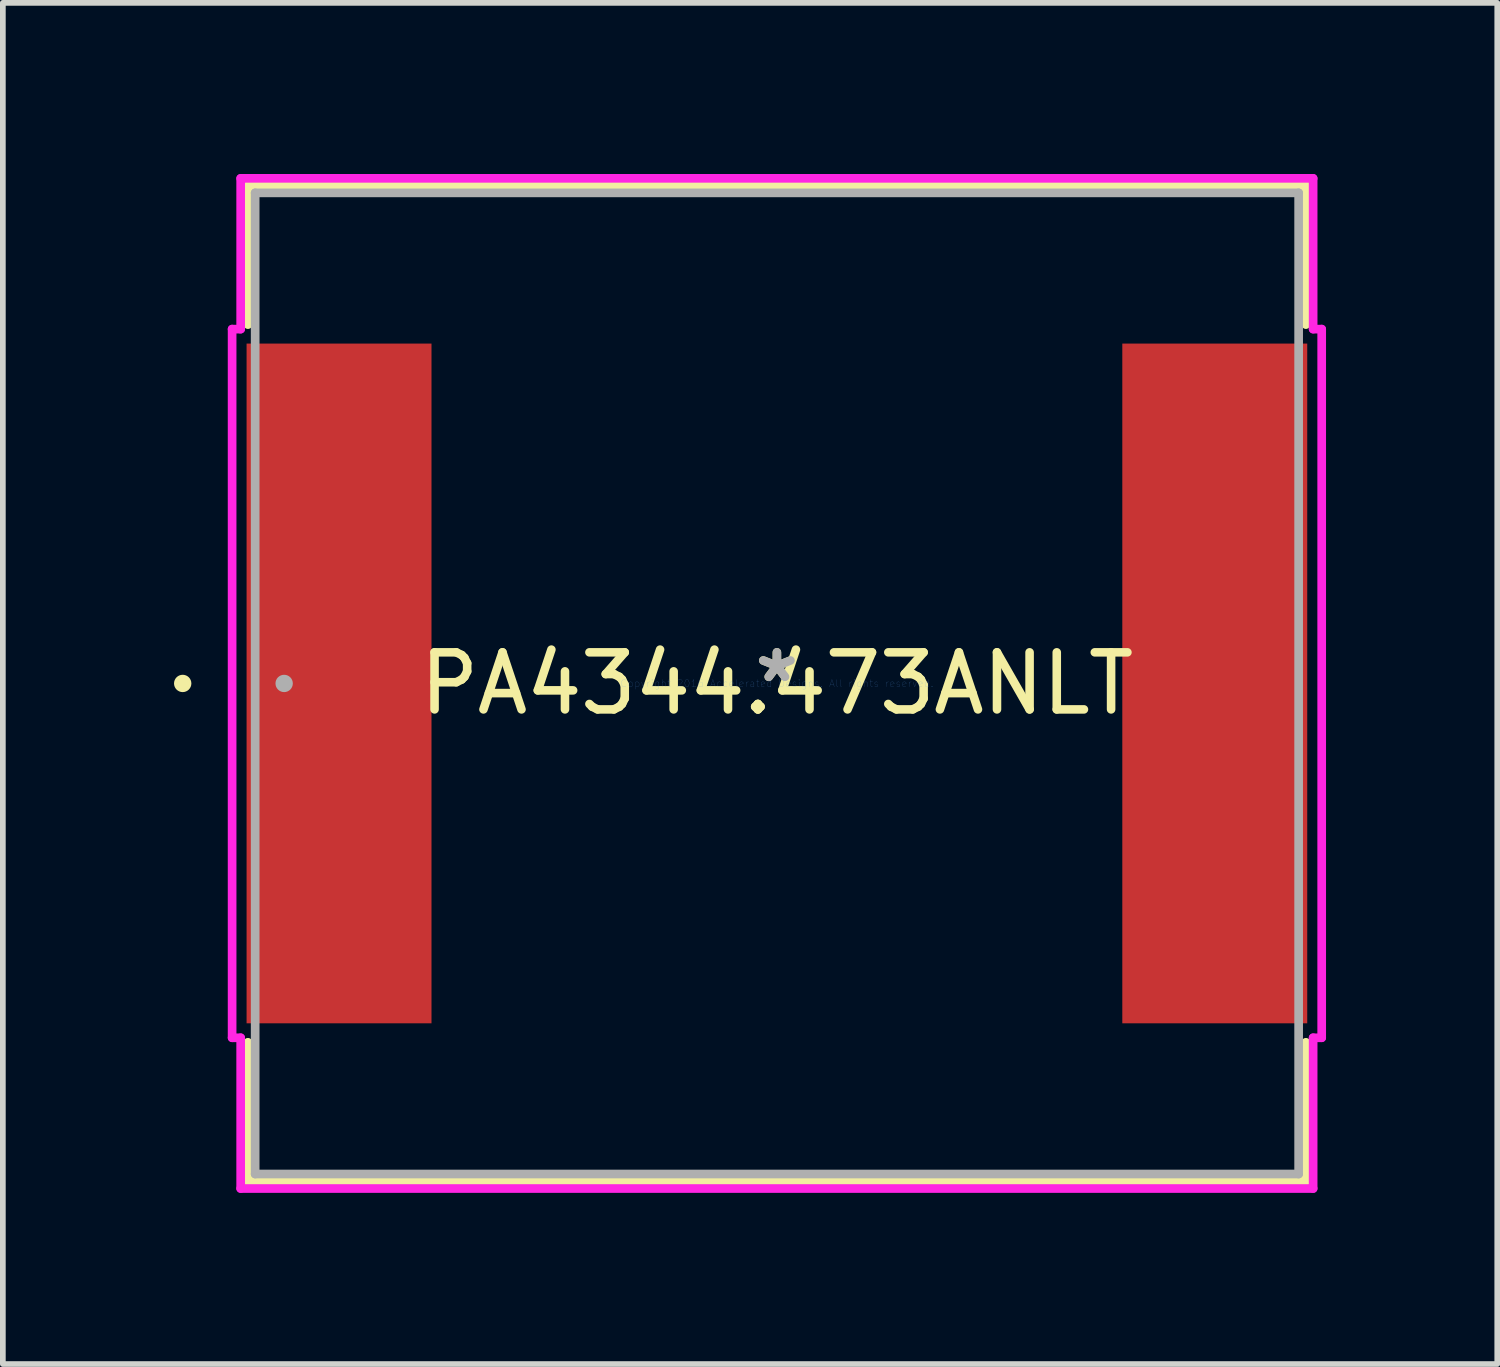
<source format=kicad_pcb>
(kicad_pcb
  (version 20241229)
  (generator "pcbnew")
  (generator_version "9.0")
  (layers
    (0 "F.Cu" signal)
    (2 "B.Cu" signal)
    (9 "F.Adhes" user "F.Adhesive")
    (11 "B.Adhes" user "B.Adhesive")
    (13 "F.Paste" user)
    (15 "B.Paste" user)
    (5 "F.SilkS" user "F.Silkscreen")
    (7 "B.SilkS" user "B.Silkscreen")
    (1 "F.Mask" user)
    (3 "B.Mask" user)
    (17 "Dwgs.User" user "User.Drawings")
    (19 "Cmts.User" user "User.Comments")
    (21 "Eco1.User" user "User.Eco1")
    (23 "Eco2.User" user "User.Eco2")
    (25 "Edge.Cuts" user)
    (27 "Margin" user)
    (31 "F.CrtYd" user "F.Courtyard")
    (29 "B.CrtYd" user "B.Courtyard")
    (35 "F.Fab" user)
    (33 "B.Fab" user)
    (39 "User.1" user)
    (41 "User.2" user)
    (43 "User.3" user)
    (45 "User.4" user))
  (footprint "PA4344.473ANLT"
    (layer "F.Cu")
    (at 10.566 8.928)
    (property "Reference" "PA4344.473ANLT" (at 0 0 0) (layer "F.SilkS") (effects (font (size 1 1) (thickness 0.15))))
    (attr through_hole)
    (fp_line (start -9.271 -8.725) (end -9.271 -6.289) (stroke (width 0.152) (type solid)) (layer "F.SilkS"))
    (fp_line (start -9.271 6.289) (end -9.271 8.725) (stroke (width 0.152) (type solid)) (layer "F.SilkS"))
    (fp_line (start -9.271 8.725) (end 9.271 8.725) (stroke (width 0.152) (type solid)) (layer "F.SilkS"))
    (fp_line (start 9.271 -8.725) (end -9.271 -8.725) (stroke (width 0.152) (type solid)) (layer "F.SilkS"))
    (fp_line (start 9.271 -6.289) (end 9.271 -8.725) (stroke (width 0.152) (type solid)) (layer "F.SilkS"))
    (fp_line (start 9.271 8.725) (end 9.271 6.289) (stroke (width 0.152) (type solid)) (layer "F.SilkS"))
    (fp_circle (center -10.414 0) (end -10.338 0) (stroke (width 0.152) (type solid)) (fill no) (layer "F.SilkS"))
    (fp_line (start -9.548 -6.21) (end -9.398 -6.21) (stroke (width 0.152) (type solid)) (layer "F.CrtYd"))
    (fp_line (start -9.548 6.21) (end -9.548 -6.21) (stroke (width 0.152) (type solid)) (layer "F.CrtYd"))
    (fp_line (start -9.398 -8.852) (end 9.398 -8.852) (stroke (width 0.152) (type solid)) (layer "F.CrtYd"))
    (fp_line (start -9.398 -6.21) (end -9.398 -8.852) (stroke (width 0.152) (type solid)) (layer "F.CrtYd"))
    (fp_line (start -9.398 6.21) (end -9.548 6.21) (stroke (width 0.152) (type solid)) (layer "F.CrtYd"))
    (fp_line (start -9.398 8.852) (end -9.398 6.21) (stroke (width 0.152) (type solid)) (layer "F.CrtYd"))
    (fp_line (start 9.398 -8.852) (end 9.398 -6.21) (stroke (width 0.152) (type solid)) (layer "F.CrtYd"))
    (fp_line (start 9.398 -6.21) (end 9.548 -6.21) (stroke (width 0.152) (type solid)) (layer "F.CrtYd"))
    (fp_line (start 9.398 6.21) (end 9.398 8.852) (stroke (width 0.152) (type solid)) (layer "F.CrtYd"))
    (fp_line (start 9.398 8.852) (end -9.398 8.852) (stroke (width 0.152) (type solid)) (layer "F.CrtYd"))
    (fp_line (start 9.548 -6.21) (end 9.548 6.21) (stroke (width 0.152) (type solid)) (layer "F.CrtYd"))
    (fp_line (start 9.548 6.21) (end 9.398 6.21) (stroke (width 0.152) (type solid)) (layer "F.CrtYd"))
    (fp_line (start -9.144 -8.598) (end -9.144 8.598) (stroke (width 0.152) (type solid)) (layer "F.Fab"))
    (fp_line (start -9.144 8.598) (end 9.144 8.598) (stroke (width 0.152) (type solid)) (layer "F.Fab"))
    (fp_line (start 9.144 -8.598) (end -9.144 -8.598) (stroke (width 0.152) (type solid)) (layer "F.Fab"))
    (fp_line (start 9.144 8.598) (end 9.144 -8.598) (stroke (width 0.152) (type solid)) (layer "F.Fab"))
    (fp_circle (center -8.636 0) (end -8.56 0) (stroke (width 0.152) (type solid)) (fill no) (layer "F.Fab"))
    (fp_text user "*" (at 0 0 0) (layer "F.SilkS") (effects (font (size 1 1) (thickness 0.15))))
    (fp_text user "Copyright 2016 Accelerated Designs. All rights reserved." (at 0 0 0) (layer "Cmts.User") (effects (font (size 0.127 0.127) (thickness 0.002))))
    (fp_text user "*" (at 0 0 0) (layer "F.Fab") (effects (font (size 1 1) (thickness 0.15))))
    (pad "1" smd rect (at -7.674 0 90) (size 11.913 3.241) (layers "F.Cu" "F.Mask" "F.Paste"))
    (pad "2" smd rect (at 7.674 0 90) (size 11.913 3.241) (layers "F.Cu" "F.Mask" "F.Paste")))
  (gr_rect
    (start -3 -3)
    (end 23.191 20.856)
    (stroke (width 0.1) (type default))
    (fill no)
    (layer "Edge.Cuts")))
</source>
